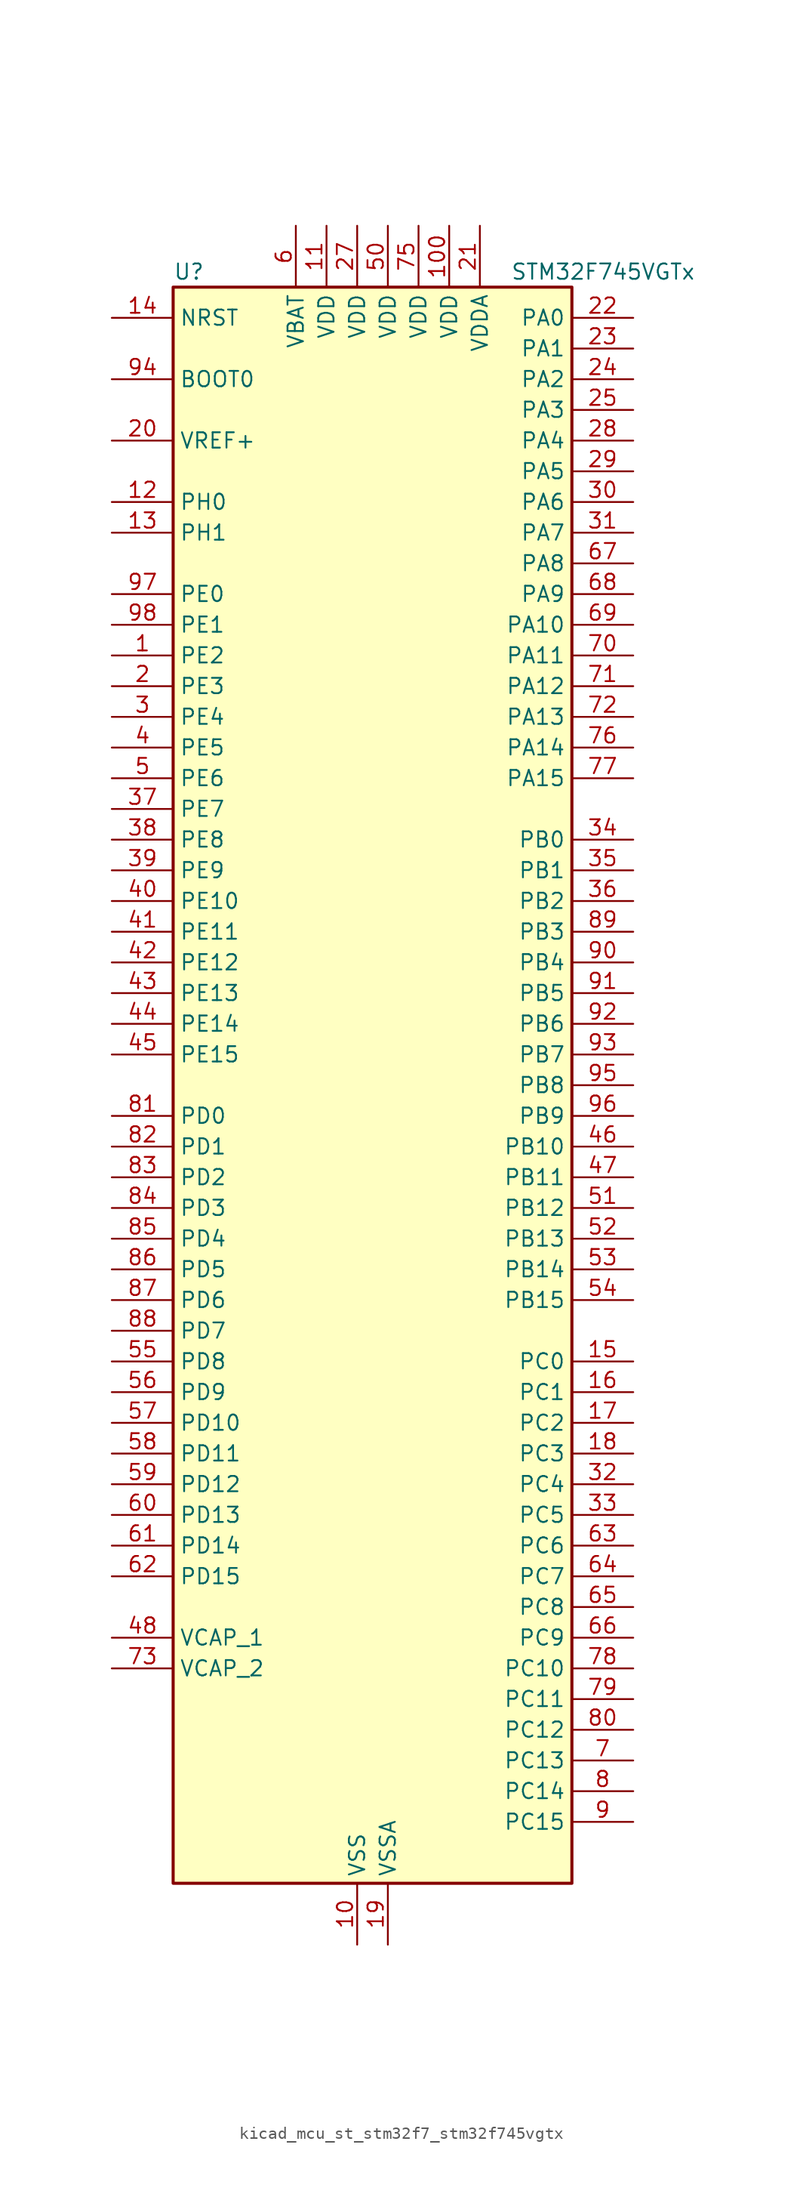
<source format=kicad_sym>
(kicad_symbol_lib
  (version 20220914)
  (generator kicad_symbol_editor)
  (symbol "kicad_mcu_st_stm32f7_stm32f745vgtx"
    (property "Reference" "U"
      (at -15.24 67.31 0)
      (effects (font (size 1.27 1.27)) (justify left)))
    (property "Value" "STM32F745VGTx"
      (at 12.7 67.31 0)
      (effects (font (size 1.27 1.27)) (justify left)))
    (property "ki_locked" ""
      (at 0 0 0)
      (effects (font (size 1.27 1.27))))
    (symbol "kicad_mcu_st_stm32f7_stm32f745vgtx_0_1"
      (rectangle (start -15.24 -66.04) (end 17.78 66.04) (stroke (width 0.254) (type default)) (fill (type background))))
    (symbol "kicad_mcu_st_stm32f7_stm32f745vgtx_1_1"
      (pin bidirectional line (at -20.32 35.56 0) (length 5.08) (name "PE2" (effects (font (size 1.27 1.27)))) (number "1" (effects (font (size 1.27 1.27)))) (alternate "ETH_TXD3" bidirectional line) (alternate "FMC_A23" bidirectional line) (alternate "QUADSPI_BK1_IO2" bidirectional line) (alternate "SAI1_MCLK_A" bidirectional line) (alternate "SPI4_SCK" bidirectional line) (alternate "SYS_TRACECLK" bidirectional line))
      (pin power_in line (at 0 -71.12 90) (length 5.08) (name "VSS" (effects (font (size 1.27 1.27)))) (number "10" (effects (font (size 1.27 1.27)))))
      (pin power_in line (at 7.62 71.12 270) (length 5.08) (name "VDD" (effects (font (size 1.27 1.27)))) (number "100" (effects (font (size 1.27 1.27)))))
      (pin power_in line (at -2.54 71.12 270) (length 5.08) (name "VDD" (effects (font (size 1.27 1.27)))) (number "11" (effects (font (size 1.27 1.27)))))
      (pin bidirectional line (at -20.32 48.26 0) (length 5.08) (name "PH0" (effects (font (size 1.27 1.27)))) (number "12" (effects (font (size 1.27 1.27)))) (alternate "RCC_OSC_IN" bidirectional line))
      (pin bidirectional line (at -20.32 45.72 0) (length 5.08) (name "PH1" (effects (font (size 1.27 1.27)))) (number "13" (effects (font (size 1.27 1.27)))) (alternate "RCC_OSC_OUT" bidirectional line))
      (pin input line (at -20.32 63.5 0) (length 5.08) (name "NRST" (effects (font (size 1.27 1.27)))) (number "14" (effects (font (size 1.27 1.27)))))
      (pin bidirectional line (at 22.86 -22.86 180) (length 5.08) (name "PC0" (effects (font (size 1.27 1.27)))) (number "15" (effects (font (size 1.27 1.27)))) (alternate "ADC1_IN10" bidirectional line) (alternate "ADC2_IN10" bidirectional line) (alternate "ADC3_IN10" bidirectional line) (alternate "FMC_SDNWE" bidirectional line) (alternate "SAI2_FS_B" bidirectional line) (alternate "USB_OTG_HS_ULPI_STP" bidirectional line))
      (pin bidirectional line (at 22.86 -25.4 180) (length 5.08) (name "PC1" (effects (font (size 1.27 1.27)))) (number "16" (effects (font (size 1.27 1.27)))) (alternate "ADC1_IN11" bidirectional line) (alternate "ADC2_IN11" bidirectional line) (alternate "ADC3_IN11" bidirectional line) (alternate "ETH_MDC" bidirectional line) (alternate "I2S2_SD" bidirectional line) (alternate "RTC_TAMP3" bidirectional line) (alternate "RTC_TS" bidirectional line) (alternate "SAI1_SD_A" bidirectional line) (alternate "SPI2_MOSI" bidirectional line) (alternate "SYS_TRACED0" bidirectional line) (alternate "SYS_WKUP3" bidirectional line))
      (pin bidirectional line (at 22.86 -27.94 180) (length 5.08) (name "PC2" (effects (font (size 1.27 1.27)))) (number "17" (effects (font (size 1.27 1.27)))) (alternate "ADC1_IN12" bidirectional line) (alternate "ADC2_IN12" bidirectional line) (alternate "ADC3_IN12" bidirectional line) (alternate "ETH_TXD2" bidirectional line) (alternate "FMC_SDNE0" bidirectional line) (alternate "SPI2_MISO" bidirectional line) (alternate "USB_OTG_HS_ULPI_DIR" bidirectional line))
      (pin bidirectional line (at 22.86 -30.48 180) (length 5.08) (name "PC3" (effects (font (size 1.27 1.27)))) (number "18" (effects (font (size 1.27 1.27)))) (alternate "ADC1_IN13" bidirectional line) (alternate "ADC2_IN13" bidirectional line) (alternate "ADC3_IN13" bidirectional line) (alternate "ETH_TX_CLK" bidirectional line) (alternate "FMC_SDCKE0" bidirectional line) (alternate "I2S2_SD" bidirectional line) (alternate "SPI2_MOSI" bidirectional line) (alternate "USB_OTG_HS_ULPI_NXT" bidirectional line))
      (pin power_in line (at 2.54 -71.12 90) (length 5.08) (name "VSSA" (effects (font (size 1.27 1.27)))) (number "19" (effects (font (size 1.27 1.27)))))
      (pin bidirectional line (at -20.32 33.02 0) (length 5.08) (name "PE3" (effects (font (size 1.27 1.27)))) (number "2" (effects (font (size 1.27 1.27)))) (alternate "FMC_A19" bidirectional line) (alternate "SAI1_SD_B" bidirectional line) (alternate "SYS_TRACED0" bidirectional line))
      (pin input line (at -20.32 53.34 0) (length 5.08) (name "VREF+" (effects (font (size 1.27 1.27)))) (number "20" (effects (font (size 1.27 1.27)))))
      (pin power_in line (at 10.16 71.12 270) (length 5.08) (name "VDDA" (effects (font (size 1.27 1.27)))) (number "21" (effects (font (size 1.27 1.27)))))
      (pin bidirectional line (at 22.86 63.5 180) (length 5.08) (name "PA0" (effects (font (size 1.27 1.27)))) (number "22" (effects (font (size 1.27 1.27)))) (alternate "ADC1_IN0" bidirectional line) (alternate "ADC2_IN0" bidirectional line) (alternate "ADC3_IN0" bidirectional line) (alternate "ETH_CRS" bidirectional line) (alternate "SAI2_SD_B" bidirectional line) (alternate "SYS_WKUP1" bidirectional line) (alternate "TIM2_CH1" bidirectional line) (alternate "TIM2_ETR" bidirectional line) (alternate "TIM5_CH1" bidirectional line) (alternate "TIM8_ETR" bidirectional line) (alternate "UART4_TX" bidirectional line) (alternate "USART2_CTS" bidirectional line))
      (pin bidirectional line (at 22.86 60.96 180) (length 5.08) (name "PA1" (effects (font (size 1.27 1.27)))) (number "23" (effects (font (size 1.27 1.27)))) (alternate "ADC1_IN1" bidirectional line) (alternate "ADC2_IN1" bidirectional line) (alternate "ADC3_IN1" bidirectional line) (alternate "ETH_REF_CLK" bidirectional line) (alternate "ETH_RX_CLK" bidirectional line) (alternate "QUADSPI_BK1_IO3" bidirectional line) (alternate "SAI2_MCLK_B" bidirectional line) (alternate "TIM2_CH2" bidirectional line) (alternate "TIM5_CH2" bidirectional line) (alternate "UART4_RX" bidirectional line) (alternate "USART2_DE" bidirectional line) (alternate "USART2_RTS" bidirectional line))
      (pin bidirectional line (at 22.86 58.42 180) (length 5.08) (name "PA2" (effects (font (size 1.27 1.27)))) (number "24" (effects (font (size 1.27 1.27)))) (alternate "ADC1_IN2" bidirectional line) (alternate "ADC2_IN2" bidirectional line) (alternate "ADC3_IN2" bidirectional line) (alternate "ETH_MDIO" bidirectional line) (alternate "SAI2_SCK_B" bidirectional line) (alternate "SYS_WKUP2" bidirectional line) (alternate "TIM2_CH3" bidirectional line) (alternate "TIM5_CH3" bidirectional line) (alternate "TIM9_CH1" bidirectional line) (alternate "USART2_TX" bidirectional line))
      (pin bidirectional line (at 22.86 55.88 180) (length 5.08) (name "PA3" (effects (font (size 1.27 1.27)))) (number "25" (effects (font (size 1.27 1.27)))) (alternate "ADC1_IN3" bidirectional line) (alternate "ADC2_IN3" bidirectional line) (alternate "ADC3_IN3" bidirectional line) (alternate "ETH_COL" bidirectional line) (alternate "TIM2_CH4" bidirectional line) (alternate "TIM5_CH4" bidirectional line) (alternate "TIM9_CH2" bidirectional line) (alternate "USART2_RX" bidirectional line) (alternate "USB_OTG_HS_ULPI_D0" bidirectional line))
      (pin passive line (at 0 -71.12 90) (length 5.08) hide (name "VSS" (effects (font (size 1.27 1.27)))) (number "26" (effects (font (size 1.27 1.27)))))
      (pin power_in line (at 0 71.12 270) (length 5.08) (name "VDD" (effects (font (size 1.27 1.27)))) (number "27" (effects (font (size 1.27 1.27)))))
      (pin bidirectional line (at 22.86 53.34 180) (length 5.08) (name "PA4" (effects (font (size 1.27 1.27)))) (number "28" (effects (font (size 1.27 1.27)))) (alternate "ADC1_IN4" bidirectional line) (alternate "ADC2_IN4" bidirectional line) (alternate "DAC_OUT1" bidirectional line) (alternate "DCMI_HSYNC" bidirectional line) (alternate "I2S1_WS" bidirectional line) (alternate "I2S3_WS" bidirectional line) (alternate "SPI1_NSS" bidirectional line) (alternate "SPI3_NSS" bidirectional line) (alternate "USART2_CK" bidirectional line) (alternate "USB_OTG_HS_SOF" bidirectional line))
      (pin bidirectional line (at 22.86 50.8 180) (length 5.08) (name "PA5" (effects (font (size 1.27 1.27)))) (number "29" (effects (font (size 1.27 1.27)))) (alternate "ADC1_IN5" bidirectional line) (alternate "ADC2_IN5" bidirectional line) (alternate "DAC_OUT2" bidirectional line) (alternate "I2S1_CK" bidirectional line) (alternate "SPI1_SCK" bidirectional line) (alternate "TIM2_CH1" bidirectional line) (alternate "TIM2_ETR" bidirectional line) (alternate "TIM8_CH1N" bidirectional line) (alternate "USB_OTG_HS_ULPI_CK" bidirectional line))
      (pin bidirectional line (at -20.32 30.48 0) (length 5.08) (name "PE4" (effects (font (size 1.27 1.27)))) (number "3" (effects (font (size 1.27 1.27)))) (alternate "DCMI_D4" bidirectional line) (alternate "FMC_A20" bidirectional line) (alternate "SAI1_FS_A" bidirectional line) (alternate "SPI4_NSS" bidirectional line) (alternate "SYS_TRACED1" bidirectional line))
      (pin bidirectional line (at 22.86 48.26 180) (length 5.08) (name "PA6" (effects (font (size 1.27 1.27)))) (number "30" (effects (font (size 1.27 1.27)))) (alternate "ADC1_IN6" bidirectional line) (alternate "ADC2_IN6" bidirectional line) (alternate "DCMI_PIXCLK" bidirectional line) (alternate "SPI1_MISO" bidirectional line) (alternate "TIM13_CH1" bidirectional line) (alternate "TIM1_BKIN" bidirectional line) (alternate "TIM3_CH1" bidirectional line) (alternate "TIM8_BKIN" bidirectional line))
      (pin bidirectional line (at 22.86 45.72 180) (length 5.08) (name "PA7" (effects (font (size 1.27 1.27)))) (number "31" (effects (font (size 1.27 1.27)))) (alternate "ADC1_IN7" bidirectional line) (alternate "ADC2_IN7" bidirectional line) (alternate "ETH_CRS_DV" bidirectional line) (alternate "ETH_RX_DV" bidirectional line) (alternate "FMC_SDNWE" bidirectional line) (alternate "I2S1_SD" bidirectional line) (alternate "SPI1_MOSI" bidirectional line) (alternate "TIM14_CH1" bidirectional line) (alternate "TIM1_CH1N" bidirectional line) (alternate "TIM3_CH2" bidirectional line) (alternate "TIM8_CH1N" bidirectional line))
      (pin bidirectional line (at 22.86 -33.02 180) (length 5.08) (name "PC4" (effects (font (size 1.27 1.27)))) (number "32" (effects (font (size 1.27 1.27)))) (alternate "ADC1_IN14" bidirectional line) (alternate "ADC2_IN14" bidirectional line) (alternate "ETH_RXD0" bidirectional line) (alternate "FMC_SDNE0" bidirectional line) (alternate "I2S1_MCK" bidirectional line) (alternate "SPDIFRX_IN2" bidirectional line))
      (pin bidirectional line (at 22.86 -35.56 180) (length 5.08) (name "PC5" (effects (font (size 1.27 1.27)))) (number "33" (effects (font (size 1.27 1.27)))) (alternate "ADC1_IN15" bidirectional line) (alternate "ADC2_IN15" bidirectional line) (alternate "ETH_RXD1" bidirectional line) (alternate "FMC_SDCKE0" bidirectional line) (alternate "SPDIFRX_IN3" bidirectional line))
      (pin bidirectional line (at 22.86 20.32 180) (length 5.08) (name "PB0" (effects (font (size 1.27 1.27)))) (number "34" (effects (font (size 1.27 1.27)))) (alternate "ADC1_IN8" bidirectional line) (alternate "ADC2_IN8" bidirectional line) (alternate "ETH_RXD2" bidirectional line) (alternate "TIM1_CH2N" bidirectional line) (alternate "TIM3_CH3" bidirectional line) (alternate "TIM8_CH2N" bidirectional line) (alternate "UART4_CTS" bidirectional line) (alternate "USB_OTG_HS_ULPI_D1" bidirectional line))
      (pin bidirectional line (at 22.86 17.78 180) (length 5.08) (name "PB1" (effects (font (size 1.27 1.27)))) (number "35" (effects (font (size 1.27 1.27)))) (alternate "ADC1_IN9" bidirectional line) (alternate "ADC2_IN9" bidirectional line) (alternate "ETH_RXD3" bidirectional line) (alternate "TIM1_CH3N" bidirectional line) (alternate "TIM3_CH4" bidirectional line) (alternate "TIM8_CH3N" bidirectional line) (alternate "USB_OTG_HS_ULPI_D2" bidirectional line))
      (pin bidirectional line (at 22.86 15.24 180) (length 5.08) (name "PB2" (effects (font (size 1.27 1.27)))) (number "36" (effects (font (size 1.27 1.27)))) (alternate "I2S3_SD" bidirectional line) (alternate "QUADSPI_CLK" bidirectional line) (alternate "SAI1_SD_A" bidirectional line) (alternate "SPI3_MOSI" bidirectional line))
      (pin bidirectional line (at -20.32 22.86 0) (length 5.08) (name "PE7" (effects (font (size 1.27 1.27)))) (number "37" (effects (font (size 1.27 1.27)))) (alternate "FMC_D4" bidirectional line) (alternate "FMC_DA4" bidirectional line) (alternate "QUADSPI_BK2_IO0" bidirectional line) (alternate "TIM1_ETR" bidirectional line) (alternate "UART7_RX" bidirectional line))
      (pin bidirectional line (at -20.32 20.32 0) (length 5.08) (name "PE8" (effects (font (size 1.27 1.27)))) (number "38" (effects (font (size 1.27 1.27)))) (alternate "FMC_D5" bidirectional line) (alternate "FMC_DA5" bidirectional line) (alternate "QUADSPI_BK2_IO1" bidirectional line) (alternate "TIM1_CH1N" bidirectional line) (alternate "UART7_TX" bidirectional line))
      (pin bidirectional line (at -20.32 17.78 0) (length 5.08) (name "PE9" (effects (font (size 1.27 1.27)))) (number "39" (effects (font (size 1.27 1.27)))) (alternate "DAC_EXTI9" bidirectional line) (alternate "FMC_D6" bidirectional line) (alternate "FMC_DA6" bidirectional line) (alternate "QUADSPI_BK2_IO2" bidirectional line) (alternate "TIM1_CH1" bidirectional line) (alternate "UART7_DE" bidirectional line) (alternate "UART7_RTS" bidirectional line))
      (pin bidirectional line (at -20.32 27.94 0) (length 5.08) (name "PE5" (effects (font (size 1.27 1.27)))) (number "4" (effects (font (size 1.27 1.27)))) (alternate "DCMI_D6" bidirectional line) (alternate "FMC_A21" bidirectional line) (alternate "SAI1_SCK_A" bidirectional line) (alternate "SPI4_MISO" bidirectional line) (alternate "SYS_TRACED2" bidirectional line) (alternate "TIM9_CH1" bidirectional line))
      (pin bidirectional line (at -20.32 15.24 0) (length 5.08) (name "PE10" (effects (font (size 1.27 1.27)))) (number "40" (effects (font (size 1.27 1.27)))) (alternate "FMC_D7" bidirectional line) (alternate "FMC_DA7" bidirectional line) (alternate "QUADSPI_BK2_IO3" bidirectional line) (alternate "TIM1_CH2N" bidirectional line) (alternate "UART7_CTS" bidirectional line))
      (pin bidirectional line (at -20.32 12.7 0) (length 5.08) (name "PE11" (effects (font (size 1.27 1.27)))) (number "41" (effects (font (size 1.27 1.27)))) (alternate "ADC1_EXTI11" bidirectional line) (alternate "ADC2_EXTI11" bidirectional line) (alternate "ADC3_EXTI11" bidirectional line) (alternate "FMC_D8" bidirectional line) (alternate "FMC_DA8" bidirectional line) (alternate "SAI2_SD_B" bidirectional line) (alternate "SPI4_NSS" bidirectional line) (alternate "TIM1_CH2" bidirectional line))
      (pin bidirectional line (at -20.32 10.16 0) (length 5.08) (name "PE12" (effects (font (size 1.27 1.27)))) (number "42" (effects (font (size 1.27 1.27)))) (alternate "FMC_D9" bidirectional line) (alternate "FMC_DA9" bidirectional line) (alternate "SAI2_SCK_B" bidirectional line) (alternate "SPI4_SCK" bidirectional line) (alternate "TIM1_CH3N" bidirectional line))
      (pin bidirectional line (at -20.32 7.62 0) (length 5.08) (name "PE13" (effects (font (size 1.27 1.27)))) (number "43" (effects (font (size 1.27 1.27)))) (alternate "FMC_D10" bidirectional line) (alternate "FMC_DA10" bidirectional line) (alternate "SAI2_FS_B" bidirectional line) (alternate "SPI4_MISO" bidirectional line) (alternate "TIM1_CH3" bidirectional line))
      (pin bidirectional line (at -20.32 5.08 0) (length 5.08) (name "PE14" (effects (font (size 1.27 1.27)))) (number "44" (effects (font (size 1.27 1.27)))) (alternate "FMC_D11" bidirectional line) (alternate "FMC_DA11" bidirectional line) (alternate "SAI2_MCLK_B" bidirectional line) (alternate "SPI4_MOSI" bidirectional line) (alternate "TIM1_CH4" bidirectional line))
      (pin bidirectional line (at -20.32 2.54 0) (length 5.08) (name "PE15" (effects (font (size 1.27 1.27)))) (number "45" (effects (font (size 1.27 1.27)))) (alternate "FMC_D12" bidirectional line) (alternate "FMC_DA12" bidirectional line) (alternate "TIM1_BKIN" bidirectional line))
      (pin bidirectional line (at 22.86 -5.08 180) (length 5.08) (name "PB10" (effects (font (size 1.27 1.27)))) (number "46" (effects (font (size 1.27 1.27)))) (alternate "ETH_RX_ER" bidirectional line) (alternate "I2C2_SCL" bidirectional line) (alternate "I2S2_CK" bidirectional line) (alternate "SPI2_SCK" bidirectional line) (alternate "TIM2_CH3" bidirectional line) (alternate "USART3_TX" bidirectional line) (alternate "USB_OTG_HS_ULPI_D3" bidirectional line))
      (pin bidirectional line (at 22.86 -7.62 180) (length 5.08) (name "PB11" (effects (font (size 1.27 1.27)))) (number "47" (effects (font (size 1.27 1.27)))) (alternate "ADC1_EXTI11" bidirectional line) (alternate "ADC2_EXTI11" bidirectional line) (alternate "ADC3_EXTI11" bidirectional line) (alternate "ETH_TX_EN" bidirectional line) (alternate "I2C2_SDA" bidirectional line) (alternate "TIM2_CH4" bidirectional line) (alternate "USART3_RX" bidirectional line) (alternate "USB_OTG_HS_ULPI_D4" bidirectional line))
      (pin power_out line (at -20.32 -45.72 0) (length 5.08) (name "VCAP_1" (effects (font (size 1.27 1.27)))) (number "48" (effects (font (size 1.27 1.27)))))
      (pin passive line (at 0 -71.12 90) (length 5.08) hide (name "VSS" (effects (font (size 1.27 1.27)))) (number "49" (effects (font (size 1.27 1.27)))))
      (pin bidirectional line (at -20.32 25.4 0) (length 5.08) (name "PE6" (effects (font (size 1.27 1.27)))) (number "5" (effects (font (size 1.27 1.27)))) (alternate "DCMI_D7" bidirectional line) (alternate "FMC_A22" bidirectional line) (alternate "SAI1_SD_A" bidirectional line) (alternate "SAI2_MCLK_B" bidirectional line) (alternate "SPI4_MOSI" bidirectional line) (alternate "SYS_TRACED3" bidirectional line) (alternate "TIM1_BKIN2" bidirectional line) (alternate "TIM9_CH2" bidirectional line))
      (pin power_in line (at 2.54 71.12 270) (length 5.08) (name "VDD" (effects (font (size 1.27 1.27)))) (number "50" (effects (font (size 1.27 1.27)))))
      (pin bidirectional line (at 22.86 -10.16 180) (length 5.08) (name "PB12" (effects (font (size 1.27 1.27)))) (number "51" (effects (font (size 1.27 1.27)))) (alternate "CAN2_RX" bidirectional line) (alternate "ETH_TXD0" bidirectional line) (alternate "I2C2_SMBA" bidirectional line) (alternate "I2S2_WS" bidirectional line) (alternate "SPI2_NSS" bidirectional line) (alternate "TIM1_BKIN" bidirectional line) (alternate "USART3_CK" bidirectional line) (alternate "USB_OTG_HS_ID" bidirectional line) (alternate "USB_OTG_HS_ULPI_D5" bidirectional line))
      (pin bidirectional line (at 22.86 -12.7 180) (length 5.08) (name "PB13" (effects (font (size 1.27 1.27)))) (number "52" (effects (font (size 1.27 1.27)))) (alternate "CAN2_TX" bidirectional line) (alternate "ETH_TXD1" bidirectional line) (alternate "I2S2_CK" bidirectional line) (alternate "SPI2_SCK" bidirectional line) (alternate "TIM1_CH1N" bidirectional line) (alternate "USART3_CTS" bidirectional line) (alternate "USB_OTG_HS_ULPI_D6" bidirectional line) (alternate "USB_OTG_HS_VBUS" bidirectional line))
      (pin bidirectional line (at 22.86 -15.24 180) (length 5.08) (name "PB14" (effects (font (size 1.27 1.27)))) (number "53" (effects (font (size 1.27 1.27)))) (alternate "SPI2_MISO" bidirectional line) (alternate "TIM12_CH1" bidirectional line) (alternate "TIM1_CH2N" bidirectional line) (alternate "TIM8_CH2N" bidirectional line) (alternate "USART3_DE" bidirectional line) (alternate "USART3_RTS" bidirectional line) (alternate "USB_OTG_HS_DM" bidirectional line))
      (pin bidirectional line (at 22.86 -17.78 180) (length 5.08) (name "PB15" (effects (font (size 1.27 1.27)))) (number "54" (effects (font (size 1.27 1.27)))) (alternate "I2S2_SD" bidirectional line) (alternate "RTC_REFIN" bidirectional line) (alternate "SPI2_MOSI" bidirectional line) (alternate "TIM12_CH2" bidirectional line) (alternate "TIM1_CH3N" bidirectional line) (alternate "TIM8_CH3N" bidirectional line) (alternate "USB_OTG_HS_DP" bidirectional line))
      (pin bidirectional line (at -20.32 -22.86 0) (length 5.08) (name "PD8" (effects (font (size 1.27 1.27)))) (number "55" (effects (font (size 1.27 1.27)))) (alternate "FMC_D13" bidirectional line) (alternate "FMC_DA13" bidirectional line) (alternate "SPDIFRX_IN1" bidirectional line) (alternate "USART3_TX" bidirectional line))
      (pin bidirectional line (at -20.32 -25.4 0) (length 5.08) (name "PD9" (effects (font (size 1.27 1.27)))) (number "56" (effects (font (size 1.27 1.27)))) (alternate "DAC_EXTI9" bidirectional line) (alternate "FMC_D14" bidirectional line) (alternate "FMC_DA14" bidirectional line) (alternate "USART3_RX" bidirectional line))
      (pin bidirectional line (at -20.32 -27.94 0) (length 5.08) (name "PD10" (effects (font (size 1.27 1.27)))) (number "57" (effects (font (size 1.27 1.27)))) (alternate "FMC_D15" bidirectional line) (alternate "FMC_DA15" bidirectional line) (alternate "USART3_CK" bidirectional line))
      (pin bidirectional line (at -20.32 -30.48 0) (length 5.08) (name "PD11" (effects (font (size 1.27 1.27)))) (number "58" (effects (font (size 1.27 1.27)))) (alternate "ADC1_EXTI11" bidirectional line) (alternate "ADC2_EXTI11" bidirectional line) (alternate "ADC3_EXTI11" bidirectional line) (alternate "FMC_A16" bidirectional line) (alternate "FMC_CLE" bidirectional line) (alternate "I2C4_SMBA" bidirectional line) (alternate "QUADSPI_BK1_IO0" bidirectional line) (alternate "SAI2_SD_A" bidirectional line) (alternate "USART3_CTS" bidirectional line))
      (pin bidirectional line (at -20.32 -33.02 0) (length 5.08) (name "PD12" (effects (font (size 1.27 1.27)))) (number "59" (effects (font (size 1.27 1.27)))) (alternate "FMC_A17" bidirectional line) (alternate "FMC_ALE" bidirectional line) (alternate "I2C4_SCL" bidirectional line) (alternate "LPTIM1_IN1" bidirectional line) (alternate "QUADSPI_BK1_IO1" bidirectional line) (alternate "SAI2_FS_A" bidirectional line) (alternate "TIM4_CH1" bidirectional line) (alternate "USART3_DE" bidirectional line) (alternate "USART3_RTS" bidirectional line))
      (pin power_in line (at -5.08 71.12 270) (length 5.08) (name "VBAT" (effects (font (size 1.27 1.27)))) (number "6" (effects (font (size 1.27 1.27)))))
      (pin bidirectional line (at -20.32 -35.56 0) (length 5.08) (name "PD13" (effects (font (size 1.27 1.27)))) (number "60" (effects (font (size 1.27 1.27)))) (alternate "FMC_A18" bidirectional line) (alternate "I2C4_SDA" bidirectional line) (alternate "LPTIM1_OUT" bidirectional line) (alternate "QUADSPI_BK1_IO3" bidirectional line) (alternate "SAI2_SCK_A" bidirectional line) (alternate "TIM4_CH2" bidirectional line))
      (pin bidirectional line (at -20.32 -38.1 0) (length 5.08) (name "PD14" (effects (font (size 1.27 1.27)))) (number "61" (effects (font (size 1.27 1.27)))) (alternate "FMC_D0" bidirectional line) (alternate "FMC_DA0" bidirectional line) (alternate "TIM4_CH3" bidirectional line) (alternate "UART8_CTS" bidirectional line))
      (pin bidirectional line (at -20.32 -40.64 0) (length 5.08) (name "PD15" (effects (font (size 1.27 1.27)))) (number "62" (effects (font (size 1.27 1.27)))) (alternate "FMC_D1" bidirectional line) (alternate "FMC_DA1" bidirectional line) (alternate "TIM4_CH4" bidirectional line) (alternate "UART8_DE" bidirectional line) (alternate "UART8_RTS" bidirectional line))
      (pin bidirectional line (at 22.86 -38.1 180) (length 5.08) (name "PC6" (effects (font (size 1.27 1.27)))) (number "63" (effects (font (size 1.27 1.27)))) (alternate "DCMI_D0" bidirectional line) (alternate "I2S2_MCK" bidirectional line) (alternate "SDMMC1_D6" bidirectional line) (alternate "TIM3_CH1" bidirectional line) (alternate "TIM8_CH1" bidirectional line) (alternate "USART6_TX" bidirectional line))
      (pin bidirectional line (at 22.86 -40.64 180) (length 5.08) (name "PC7" (effects (font (size 1.27 1.27)))) (number "64" (effects (font (size 1.27 1.27)))) (alternate "DCMI_D1" bidirectional line) (alternate "I2S3_MCK" bidirectional line) (alternate "SDMMC1_D7" bidirectional line) (alternate "TIM3_CH2" bidirectional line) (alternate "TIM8_CH2" bidirectional line) (alternate "USART6_RX" bidirectional line))
      (pin bidirectional line (at 22.86 -43.18 180) (length 5.08) (name "PC8" (effects (font (size 1.27 1.27)))) (number "65" (effects (font (size 1.27 1.27)))) (alternate "DCMI_D2" bidirectional line) (alternate "SDMMC1_D0" bidirectional line) (alternate "SYS_TRACED1" bidirectional line) (alternate "TIM3_CH3" bidirectional line) (alternate "TIM8_CH3" bidirectional line) (alternate "UART5_DE" bidirectional line) (alternate "UART5_RTS" bidirectional line) (alternate "USART6_CK" bidirectional line))
      (pin bidirectional line (at 22.86 -45.72 180) (length 5.08) (name "PC9" (effects (font (size 1.27 1.27)))) (number "66" (effects (font (size 1.27 1.27)))) (alternate "DAC_EXTI9" bidirectional line) (alternate "DCMI_D3" bidirectional line) (alternate "I2C3_SDA" bidirectional line) (alternate "I2S_CKIN" bidirectional line) (alternate "QUADSPI_BK1_IO0" bidirectional line) (alternate "RCC_MCO_2" bidirectional line) (alternate "SDMMC1_D1" bidirectional line) (alternate "TIM3_CH4" bidirectional line) (alternate "TIM8_CH4" bidirectional line) (alternate "UART5_CTS" bidirectional line))
      (pin bidirectional line (at 22.86 43.18 180) (length 5.08) (name "PA8" (effects (font (size 1.27 1.27)))) (number "67" (effects (font (size 1.27 1.27)))) (alternate "I2C3_SCL" bidirectional line) (alternate "RCC_MCO_1" bidirectional line) (alternate "TIM1_CH1" bidirectional line) (alternate "TIM8_BKIN2" bidirectional line) (alternate "USART1_CK" bidirectional line) (alternate "USB_OTG_FS_SOF" bidirectional line))
      (pin bidirectional line (at 22.86 40.64 180) (length 5.08) (name "PA9" (effects (font (size 1.27 1.27)))) (number "68" (effects (font (size 1.27 1.27)))) (alternate "DAC_EXTI9" bidirectional line) (alternate "DCMI_D0" bidirectional line) (alternate "I2C3_SMBA" bidirectional line) (alternate "I2S2_CK" bidirectional line) (alternate "SPI2_SCK" bidirectional line) (alternate "TIM1_CH2" bidirectional line) (alternate "USART1_TX" bidirectional line) (alternate "USB_OTG_FS_VBUS" bidirectional line))
      (pin bidirectional line (at 22.86 38.1 180) (length 5.08) (name "PA10" (effects (font (size 1.27 1.27)))) (number "69" (effects (font (size 1.27 1.27)))) (alternate "DCMI_D1" bidirectional line) (alternate "TIM1_CH3" bidirectional line) (alternate "USART1_RX" bidirectional line) (alternate "USB_OTG_FS_ID" bidirectional line))
      (pin bidirectional line (at 22.86 -55.88 180) (length 5.08) (name "PC13" (effects (font (size 1.27 1.27)))) (number "7" (effects (font (size 1.27 1.27)))) (alternate "RTC_OUT" bidirectional line) (alternate "RTC_TAMP1" bidirectional line) (alternate "RTC_TS" bidirectional line) (alternate "SYS_WKUP4" bidirectional line))
      (pin bidirectional line (at 22.86 35.56 180) (length 5.08) (name "PA11" (effects (font (size 1.27 1.27)))) (number "70" (effects (font (size 1.27 1.27)))) (alternate "ADC1_EXTI11" bidirectional line) (alternate "ADC2_EXTI11" bidirectional line) (alternate "ADC3_EXTI11" bidirectional line) (alternate "CAN1_RX" bidirectional line) (alternate "TIM1_CH4" bidirectional line) (alternate "USART1_CTS" bidirectional line) (alternate "USB_OTG_FS_DM" bidirectional line))
      (pin bidirectional line (at 22.86 33.02 180) (length 5.08) (name "PA12" (effects (font (size 1.27 1.27)))) (number "71" (effects (font (size 1.27 1.27)))) (alternate "CAN1_TX" bidirectional line) (alternate "SAI2_FS_B" bidirectional line) (alternate "TIM1_ETR" bidirectional line) (alternate "USART1_DE" bidirectional line) (alternate "USART1_RTS" bidirectional line) (alternate "USB_OTG_FS_DP" bidirectional line))
      (pin bidirectional line (at 22.86 30.48 180) (length 5.08) (name "PA13" (effects (font (size 1.27 1.27)))) (number "72" (effects (font (size 1.27 1.27)))) (alternate "SYS_JTMS-SWDIO" bidirectional line))
      (pin power_out line (at -20.32 -48.26 0) (length 5.08) (name "VCAP_2" (effects (font (size 1.27 1.27)))) (number "73" (effects (font (size 1.27 1.27)))))
      (pin passive line (at 0 -71.12 90) (length 5.08) hide (name "VSS" (effects (font (size 1.27 1.27)))) (number "74" (effects (font (size 1.27 1.27)))))
      (pin power_in line (at 5.08 71.12 270) (length 5.08) (name "VDD" (effects (font (size 1.27 1.27)))) (number "75" (effects (font (size 1.27 1.27)))))
      (pin bidirectional line (at 22.86 27.94 180) (length 5.08) (name "PA14" (effects (font (size 1.27 1.27)))) (number "76" (effects (font (size 1.27 1.27)))) (alternate "SYS_JTCK-SWCLK" bidirectional line))
      (pin bidirectional line (at 22.86 25.4 180) (length 5.08) (name "PA15" (effects (font (size 1.27 1.27)))) (number "77" (effects (font (size 1.27 1.27)))) (alternate "CEC" bidirectional line) (alternate "I2S1_WS" bidirectional line) (alternate "I2S3_WS" bidirectional line) (alternate "SPI1_NSS" bidirectional line) (alternate "SPI3_NSS" bidirectional line) (alternate "SYS_JTDI" bidirectional line) (alternate "TIM2_CH1" bidirectional line) (alternate "TIM2_ETR" bidirectional line) (alternate "UART4_DE" bidirectional line) (alternate "UART4_RTS" bidirectional line))
      (pin bidirectional line (at 22.86 -48.26 180) (length 5.08) (name "PC10" (effects (font (size 1.27 1.27)))) (number "78" (effects (font (size 1.27 1.27)))) (alternate "DCMI_D8" bidirectional line) (alternate "I2S3_CK" bidirectional line) (alternate "QUADSPI_BK1_IO1" bidirectional line) (alternate "SDMMC1_D2" bidirectional line) (alternate "SPI3_SCK" bidirectional line) (alternate "UART4_TX" bidirectional line) (alternate "USART3_TX" bidirectional line))
      (pin bidirectional line (at 22.86 -50.8 180) (length 5.08) (name "PC11" (effects (font (size 1.27 1.27)))) (number "79" (effects (font (size 1.27 1.27)))) (alternate "ADC1_EXTI11" bidirectional line) (alternate "ADC2_EXTI11" bidirectional line) (alternate "ADC3_EXTI11" bidirectional line) (alternate "DCMI_D4" bidirectional line) (alternate "QUADSPI_BK2_NCS" bidirectional line) (alternate "SDMMC1_D3" bidirectional line) (alternate "SPI3_MISO" bidirectional line) (alternate "UART4_RX" bidirectional line) (alternate "USART3_RX" bidirectional line))
      (pin bidirectional line (at 22.86 -58.42 180) (length 5.08) (name "PC14" (effects (font (size 1.27 1.27)))) (number "8" (effects (font (size 1.27 1.27)))) (alternate "RCC_OSC32_IN" bidirectional line))
      (pin bidirectional line (at 22.86 -53.34 180) (length 5.08) (name "PC12" (effects (font (size 1.27 1.27)))) (number "80" (effects (font (size 1.27 1.27)))) (alternate "DCMI_D9" bidirectional line) (alternate "I2S3_SD" bidirectional line) (alternate "SDMMC1_CK" bidirectional line) (alternate "SPI3_MOSI" bidirectional line) (alternate "SYS_TRACED3" bidirectional line) (alternate "UART5_TX" bidirectional line) (alternate "USART3_CK" bidirectional line))
      (pin bidirectional line (at -20.32 -2.54 0) (length 5.08) (name "PD0" (effects (font (size 1.27 1.27)))) (number "81" (effects (font (size 1.27 1.27)))) (alternate "CAN1_RX" bidirectional line) (alternate "FMC_D2" bidirectional line) (alternate "FMC_DA2" bidirectional line))
      (pin bidirectional line (at -20.32 -5.08 0) (length 5.08) (name "PD1" (effects (font (size 1.27 1.27)))) (number "82" (effects (font (size 1.27 1.27)))) (alternate "CAN1_TX" bidirectional line) (alternate "FMC_D3" bidirectional line) (alternate "FMC_DA3" bidirectional line))
      (pin bidirectional line (at -20.32 -7.62 0) (length 5.08) (name "PD2" (effects (font (size 1.27 1.27)))) (number "83" (effects (font (size 1.27 1.27)))) (alternate "DCMI_D11" bidirectional line) (alternate "SDMMC1_CMD" bidirectional line) (alternate "SYS_TRACED2" bidirectional line) (alternate "TIM3_ETR" bidirectional line) (alternate "UART5_RX" bidirectional line))
      (pin bidirectional line (at -20.32 -10.16 0) (length 5.08) (name "PD3" (effects (font (size 1.27 1.27)))) (number "84" (effects (font (size 1.27 1.27)))) (alternate "DCMI_D5" bidirectional line) (alternate "FMC_CLK" bidirectional line) (alternate "I2S2_CK" bidirectional line) (alternate "SPI2_SCK" bidirectional line) (alternate "USART2_CTS" bidirectional line))
      (pin bidirectional line (at -20.32 -12.7 0) (length 5.08) (name "PD4" (effects (font (size 1.27 1.27)))) (number "85" (effects (font (size 1.27 1.27)))) (alternate "FMC_NOE" bidirectional line) (alternate "USART2_DE" bidirectional line) (alternate "USART2_RTS" bidirectional line))
      (pin bidirectional line (at -20.32 -15.24 0) (length 5.08) (name "PD5" (effects (font (size 1.27 1.27)))) (number "86" (effects (font (size 1.27 1.27)))) (alternate "FMC_NWE" bidirectional line) (alternate "USART2_TX" bidirectional line))
      (pin bidirectional line (at -20.32 -17.78 0) (length 5.08) (name "PD6" (effects (font (size 1.27 1.27)))) (number "87" (effects (font (size 1.27 1.27)))) (alternate "DCMI_D10" bidirectional line) (alternate "FMC_NWAIT" bidirectional line) (alternate "I2S3_SD" bidirectional line) (alternate "SAI1_SD_A" bidirectional line) (alternate "SPI3_MOSI" bidirectional line) (alternate "USART2_RX" bidirectional line))
      (pin bidirectional line (at -20.32 -20.32 0) (length 5.08) (name "PD7" (effects (font (size 1.27 1.27)))) (number "88" (effects (font (size 1.27 1.27)))) (alternate "FMC_NE1" bidirectional line) (alternate "SPDIFRX_IN0" bidirectional line) (alternate "USART2_CK" bidirectional line))
      (pin bidirectional line (at 22.86 12.7 180) (length 5.08) (name "PB3" (effects (font (size 1.27 1.27)))) (number "89" (effects (font (size 1.27 1.27)))) (alternate "I2S1_CK" bidirectional line) (alternate "I2S3_CK" bidirectional line) (alternate "SPI1_SCK" bidirectional line) (alternate "SPI3_SCK" bidirectional line) (alternate "SYS_JTDO-SWO" bidirectional line) (alternate "TIM2_CH2" bidirectional line))
      (pin bidirectional line (at 22.86 -60.96 180) (length 5.08) (name "PC15" (effects (font (size 1.27 1.27)))) (number "9" (effects (font (size 1.27 1.27)))) (alternate "RCC_OSC32_OUT" bidirectional line))
      (pin bidirectional line (at 22.86 10.16 180) (length 5.08) (name "PB4" (effects (font (size 1.27 1.27)))) (number "90" (effects (font (size 1.27 1.27)))) (alternate "I2S2_WS" bidirectional line) (alternate "SPI1_MISO" bidirectional line) (alternate "SPI2_NSS" bidirectional line) (alternate "SPI3_MISO" bidirectional line) (alternate "SYS_JTRST" bidirectional line) (alternate "TIM3_CH1" bidirectional line))
      (pin bidirectional line (at 22.86 7.62 180) (length 5.08) (name "PB5" (effects (font (size 1.27 1.27)))) (number "91" (effects (font (size 1.27 1.27)))) (alternate "CAN2_RX" bidirectional line) (alternate "DCMI_D10" bidirectional line) (alternate "ETH_PPS_OUT" bidirectional line) (alternate "FMC_SDCKE1" bidirectional line) (alternate "I2C1_SMBA" bidirectional line) (alternate "I2S1_SD" bidirectional line) (alternate "I2S3_SD" bidirectional line) (alternate "SPI1_MOSI" bidirectional line) (alternate "SPI3_MOSI" bidirectional line) (alternate "TIM3_CH2" bidirectional line) (alternate "USB_OTG_HS_ULPI_D7" bidirectional line))
      (pin bidirectional line (at 22.86 5.08 180) (length 5.08) (name "PB6" (effects (font (size 1.27 1.27)))) (number "92" (effects (font (size 1.27 1.27)))) (alternate "CAN2_TX" bidirectional line) (alternate "CEC" bidirectional line) (alternate "DCMI_D5" bidirectional line) (alternate "FMC_SDNE1" bidirectional line) (alternate "I2C1_SCL" bidirectional line) (alternate "QUADSPI_BK1_NCS" bidirectional line) (alternate "TIM4_CH1" bidirectional line) (alternate "USART1_TX" bidirectional line))
      (pin bidirectional line (at 22.86 2.54 180) (length 5.08) (name "PB7" (effects (font (size 1.27 1.27)))) (number "93" (effects (font (size 1.27 1.27)))) (alternate "DCMI_VSYNC" bidirectional line) (alternate "FMC_NL" bidirectional line) (alternate "I2C1_SDA" bidirectional line) (alternate "TIM4_CH2" bidirectional line) (alternate "USART1_RX" bidirectional line))
      (pin input line (at -20.32 58.42 0) (length 5.08) (name "BOOT0" (effects (font (size 1.27 1.27)))) (number "94" (effects (font (size 1.27 1.27)))))
      (pin bidirectional line (at 22.86 0 180) (length 5.08) (name "PB8" (effects (font (size 1.27 1.27)))) (number "95" (effects (font (size 1.27 1.27)))) (alternate "CAN1_RX" bidirectional line) (alternate "DCMI_D6" bidirectional line) (alternate "ETH_TXD3" bidirectional line) (alternate "I2C1_SCL" bidirectional line) (alternate "SDMMC1_D4" bidirectional line) (alternate "TIM10_CH1" bidirectional line) (alternate "TIM4_CH3" bidirectional line))
      (pin bidirectional line (at 22.86 -2.54 180) (length 5.08) (name "PB9" (effects (font (size 1.27 1.27)))) (number "96" (effects (font (size 1.27 1.27)))) (alternate "CAN1_TX" bidirectional line) (alternate "DAC_EXTI9" bidirectional line) (alternate "DCMI_D7" bidirectional line) (alternate "I2C1_SDA" bidirectional line) (alternate "I2S2_WS" bidirectional line) (alternate "SDMMC1_D5" bidirectional line) (alternate "SPI2_NSS" bidirectional line) (alternate "TIM11_CH1" bidirectional line) (alternate "TIM4_CH4" bidirectional line))
      (pin bidirectional line (at -20.32 40.64 0) (length 5.08) (name "PE0" (effects (font (size 1.27 1.27)))) (number "97" (effects (font (size 1.27 1.27)))) (alternate "DCMI_D2" bidirectional line) (alternate "FMC_NBL0" bidirectional line) (alternate "LPTIM1_ETR" bidirectional line) (alternate "SAI2_MCLK_A" bidirectional line) (alternate "TIM4_ETR" bidirectional line) (alternate "UART8_RX" bidirectional line))
      (pin bidirectional line (at -20.32 38.1 0) (length 5.08) (name "PE1" (effects (font (size 1.27 1.27)))) (number "98" (effects (font (size 1.27 1.27)))) (alternate "DCMI_D3" bidirectional line) (alternate "FMC_NBL1" bidirectional line) (alternate "LPTIM1_IN2" bidirectional line) (alternate "UART8_TX" bidirectional line))
      (pin passive line (at 0 -71.12 90) (length 5.08) hide (name "VSS" (effects (font (size 1.27 1.27)))) (number "99" (effects (font (size 1.27 1.27))))))))
</source>
